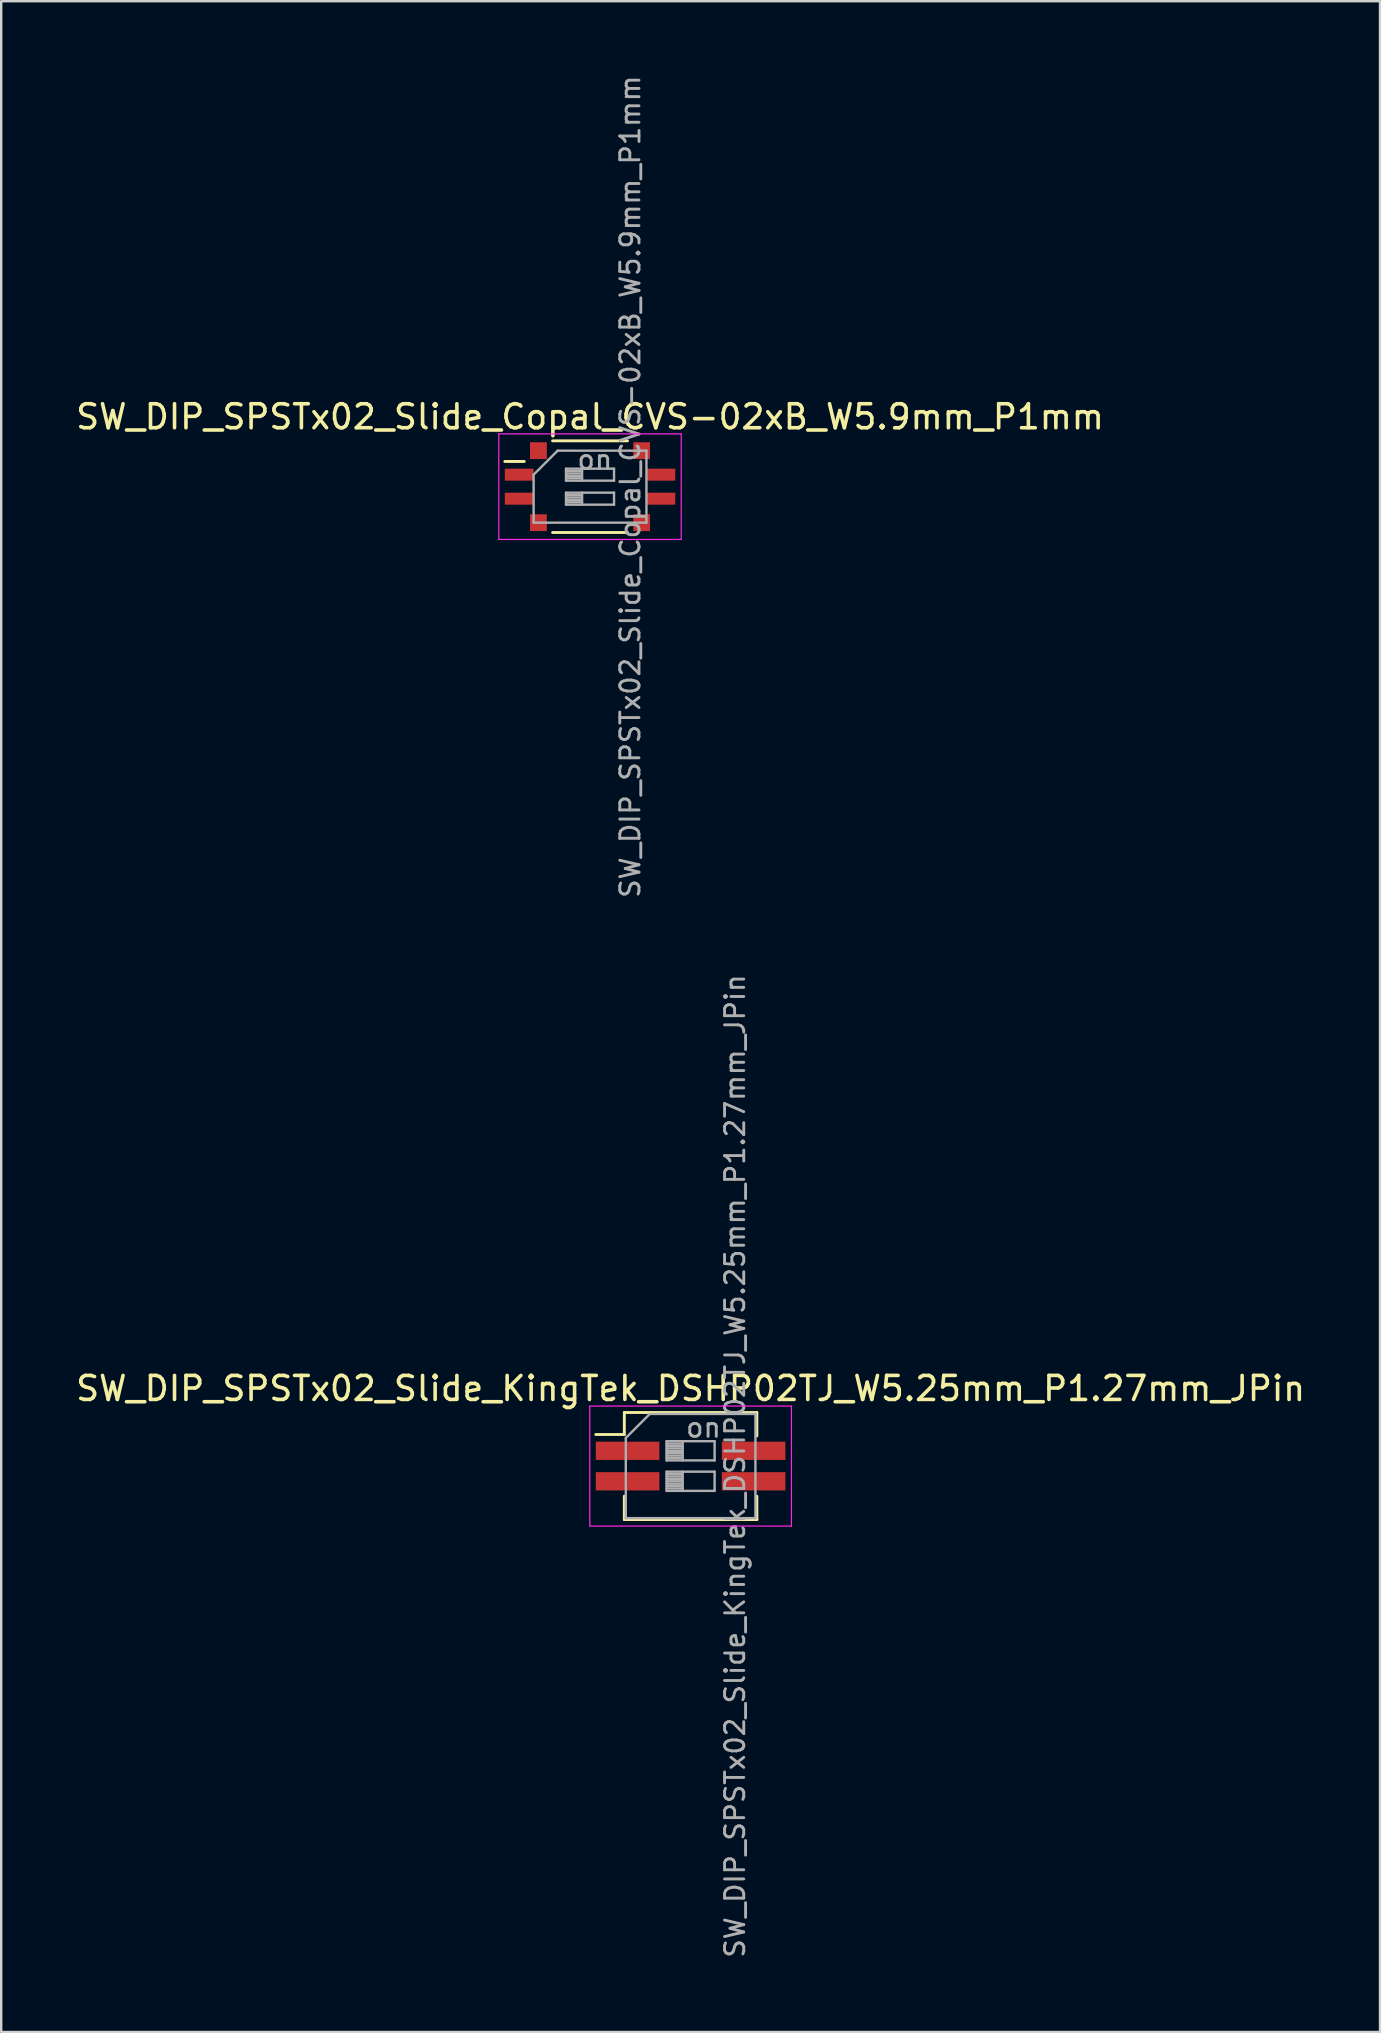
<source format=kicad_pcb>
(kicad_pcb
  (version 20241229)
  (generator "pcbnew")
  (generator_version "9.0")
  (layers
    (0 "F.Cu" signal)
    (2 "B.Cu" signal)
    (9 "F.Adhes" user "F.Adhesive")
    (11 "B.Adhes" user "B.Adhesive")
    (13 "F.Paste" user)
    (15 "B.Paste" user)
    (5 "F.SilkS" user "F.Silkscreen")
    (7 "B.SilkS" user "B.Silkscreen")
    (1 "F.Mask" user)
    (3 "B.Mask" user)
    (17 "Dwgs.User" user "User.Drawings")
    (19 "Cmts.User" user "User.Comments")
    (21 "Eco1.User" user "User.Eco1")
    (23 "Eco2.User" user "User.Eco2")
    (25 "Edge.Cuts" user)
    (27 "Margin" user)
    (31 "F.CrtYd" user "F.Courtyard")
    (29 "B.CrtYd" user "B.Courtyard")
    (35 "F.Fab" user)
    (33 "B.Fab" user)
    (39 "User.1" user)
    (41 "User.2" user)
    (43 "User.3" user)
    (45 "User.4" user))
  (footprint "SW_DIP_SPSTx02_Slide_KingTek_DSHP02TJ_W5.25mm_P1.27mm_JPin"
    (layer "F.Cu")
    (at 25.72 58.024)
    (property "Reference" "SW_DIP_SPSTx02_Slide_KingTek_DSHP02TJ_W5.25mm_P1.27mm_JPin" (at 0 -3.23 0) (layer "F.SilkS") (effects (font (size 1 1) (thickness 0.15))))
    (attr smd)
    (fp_line (start -3.951 -1.315) (end -2.761 -1.315) (stroke (width 0.12) (type solid)) (layer "F.SilkS"))
    (fp_line (start -2.761 -2.23) (end -2.761 -1.315) (stroke (width 0.12) (type solid)) (layer "F.SilkS"))
    (fp_line (start -2.761 -2.23) (end 2.76 -2.23) (stroke (width 0.12) (type solid)) (layer "F.SilkS"))
    (fp_line (start -2.761 1.255) (end -2.761 2.23) (stroke (width 0.12) (type solid)) (layer "F.SilkS"))
    (fp_line (start -2.761 2.23) (end 2.76 2.23) (stroke (width 0.12) (type solid)) (layer "F.SilkS"))
    (fp_line (start 2.76 -2.23) (end 2.76 -1.255) (stroke (width 0.12) (type solid)) (layer "F.SilkS"))
    (fp_line (start 2.76 1.255) (end 2.76 2.23) (stroke (width 0.12) (type solid)) (layer "F.SilkS"))
    (fp_line (start -4.2 -2.5) (end -4.2 2.5) (stroke (width 0.05) (type solid)) (layer "F.CrtYd"))
    (fp_line (start -4.2 2.5) (end 4.2 2.5) (stroke (width 0.05) (type solid)) (layer "F.CrtYd"))
    (fp_line (start 4.2 -2.5) (end -4.2 -2.5) (stroke (width 0.05) (type solid)) (layer "F.CrtYd"))
    (fp_line (start 4.2 2.5) (end 4.2 -2.5) (stroke (width 0.05) (type solid)) (layer "F.CrtYd"))
    (fp_line (start -2.7 -1.17) (end -1.7 -2.17) (stroke (width 0.1) (type solid)) (layer "F.Fab"))
    (fp_line (start -2.7 2.17) (end -2.7 -1.17) (stroke (width 0.1) (type solid)) (layer "F.Fab"))
    (fp_line (start -1.7 -2.17) (end 2.7 -2.17) (stroke (width 0.1) (type solid)) (layer "F.Fab"))
    (fp_line (start -1 -1.035) (end -1 -0.235) (stroke (width 0.1) (type solid)) (layer "F.Fab"))
    (fp_line (start -1 -0.935) (end -0.333 -0.935) (stroke (width 0.1) (type solid)) (layer "F.Fab"))
    (fp_line (start -1 -0.835) (end -0.333 -0.835) (stroke (width 0.1) (type solid)) (layer "F.Fab"))
    (fp_line (start -1 -0.735) (end -0.333 -0.735) (stroke (width 0.1) (type solid)) (layer "F.Fab"))
    (fp_line (start -1 -0.635) (end -0.333 -0.635) (stroke (width 0.1) (type solid)) (layer "F.Fab"))
    (fp_line (start -1 -0.535) (end -0.333 -0.535) (stroke (width 0.1) (type solid)) (layer "F.Fab"))
    (fp_line (start -1 -0.435) (end -0.333 -0.435) (stroke (width 0.1) (type solid)) (layer "F.Fab"))
    (fp_line (start -1 -0.335) (end -0.333 -0.335) (stroke (width 0.1) (type solid)) (layer "F.Fab"))
    (fp_line (start -1 -0.235) (end 1 -0.235) (stroke (width 0.1) (type solid)) (layer "F.Fab"))
    (fp_line (start -1 0.235) (end -1 1.035) (stroke (width 0.1) (type solid)) (layer "F.Fab"))
    (fp_line (start -1 0.335) (end -0.333 0.335) (stroke (width 0.1) (type solid)) (layer "F.Fab"))
    (fp_line (start -1 0.435) (end -0.333 0.435) (stroke (width 0.1) (type solid)) (layer "F.Fab"))
    (fp_line (start -1 0.535) (end -0.333 0.535) (stroke (width 0.1) (type solid)) (layer "F.Fab"))
    (fp_line (start -1 0.635) (end -0.333 0.635) (stroke (width 0.1) (type solid)) (layer "F.Fab"))
    (fp_line (start -1 0.735) (end -0.333 0.735) (stroke (width 0.1) (type solid)) (layer "F.Fab"))
    (fp_line (start -1 0.835) (end -0.333 0.835) (stroke (width 0.1) (type solid)) (layer "F.Fab"))
    (fp_line (start -1 0.935) (end -0.333 0.935) (stroke (width 0.1) (type solid)) (layer "F.Fab"))
    (fp_line (start -1 1.035) (end 1 1.035) (stroke (width 0.1) (type solid)) (layer "F.Fab"))
    (fp_line (start -0.333 -1.035) (end -0.333 -0.235) (stroke (width 0.1) (type solid)) (layer "F.Fab"))
    (fp_line (start -0.333 0.235) (end -0.333 1.035) (stroke (width 0.1) (type solid)) (layer "F.Fab"))
    (fp_line (start 1 -1.035) (end -1 -1.035) (stroke (width 0.1) (type solid)) (layer "F.Fab"))
    (fp_line (start 1 -0.235) (end 1 -1.035) (stroke (width 0.1) (type solid)) (layer "F.Fab"))
    (fp_line (start 1 0.235) (end -1 0.235) (stroke (width 0.1) (type solid)) (layer "F.Fab"))
    (fp_line (start 1 1.035) (end 1 0.235) (stroke (width 0.1) (type solid)) (layer "F.Fab"))
    (fp_line (start 2.7 -2.17) (end 2.7 2.17) (stroke (width 0.1) (type solid)) (layer "F.Fab"))
    (fp_line (start 2.7 2.17) (end -2.7 2.17) (stroke (width 0.1) (type solid)) (layer "F.Fab"))
    (fp_text user "on" (at 0.537 -1.603 0) (layer "F.Fab") (effects (font (size 0.8 0.8) (thickness 0.12))))
    (fp_text user "${REFERENCE}" (at 1.85 0 90) (layer "F.Fab") (effects (font (size 0.8 0.8) (thickness 0.12))))
    (pad "1" smd rect (at -2.625 -0.635) (size 2.65 0.76) (layers "F.Cu" "F.Mask" "F.Paste"))
    (pad "2" smd rect (at -2.625 0.635) (size 2.65 0.76) (layers "F.Cu" "F.Mask" "F.Paste"))
    (pad "3" smd rect (at 2.625 0.635) (size 2.65 0.76) (layers "F.Cu" "F.Mask" "F.Paste"))
    (pad "4" smd rect (at 2.625 -0.635) (size 2.65 0.76) (layers "F.Cu" "F.Mask" "F.Paste")))
  (footprint "SW_DIP_SPSTx02_Slide_Copal_CVS-02xB_W5.9mm_P1mm"
    (layer "F.Cu")
    (at 21.53 17.224)
    (property "Reference" "SW_DIP_SPSTx02_Slide_Copal_CVS-02xB_W5.9mm_P1mm" (at 0 -2.91 0) (layer "F.SilkS") (effects (font (size 1 1) (thickness 0.15))))
    (attr smd)
    (fp_line (start -3.55 -1.05) (end -2.739 -1.05) (stroke (width 0.12) (type solid)) (layer "F.SilkS"))
    (fp_line (start -1.56 -1.91) (end 1.561 -1.91) (stroke (width 0.12) (type solid)) (layer "F.SilkS"))
    (fp_line (start -1.56 1.91) (end 1.561 1.91) (stroke (width 0.12) (type solid)) (layer "F.SilkS"))
    (fp_line (start -3.8 -2.2) (end -3.8 2.2) (stroke (width 0.05) (type solid)) (layer "F.CrtYd"))
    (fp_line (start -3.8 2.2) (end 3.8 2.2) (stroke (width 0.05) (type solid)) (layer "F.CrtYd"))
    (fp_line (start 3.8 -2.2) (end -3.8 -2.2) (stroke (width 0.05) (type solid)) (layer "F.CrtYd"))
    (fp_line (start 3.8 2.2) (end 3.8 -2.2) (stroke (width 0.05) (type solid)) (layer "F.CrtYd"))
    (fp_line (start -2.35 -0.5) (end -1.35 -1.5) (stroke (width 0.1) (type solid)) (layer "F.Fab"))
    (fp_line (start -2.35 1.5) (end -2.35 -0.5) (stroke (width 0.1) (type solid)) (layer "F.Fab"))
    (fp_line (start -1.35 -1.5) (end 2.35 -1.5) (stroke (width 0.1) (type solid)) (layer "F.Fab"))
    (fp_line (start -1 -0.75) (end -1 -0.25) (stroke (width 0.1) (type solid)) (layer "F.Fab"))
    (fp_line (start -1 -0.65) (end -0.333 -0.65) (stroke (width 0.1) (type solid)) (layer "F.Fab"))
    (fp_line (start -1 -0.55) (end -0.333 -0.55) (stroke (width 0.1) (type solid)) (layer "F.Fab"))
    (fp_line (start -1 -0.45) (end -0.333 -0.45) (stroke (width 0.1) (type solid)) (layer "F.Fab"))
    (fp_line (start -1 -0.35) (end -0.333 -0.35) (stroke (width 0.1) (type solid)) (layer "F.Fab"))
    (fp_line (start -1 -0.25) (end 1 -0.25) (stroke (width 0.1) (type solid)) (layer "F.Fab"))
    (fp_line (start -1 0.25) (end -1 0.75) (stroke (width 0.1) (type solid)) (layer "F.Fab"))
    (fp_line (start -1 0.35) (end -0.333 0.35) (stroke (width 0.1) (type solid)) (layer "F.Fab"))
    (fp_line (start -1 0.45) (end -0.333 0.45) (stroke (width 0.1) (type solid)) (layer "F.Fab"))
    (fp_line (start -1 0.55) (end -0.333 0.55) (stroke (width 0.1) (type solid)) (layer "F.Fab"))
    (fp_line (start -1 0.65) (end -0.333 0.65) (stroke (width 0.1) (type solid)) (layer "F.Fab"))
    (fp_line (start -1 0.75) (end 1 0.75) (stroke (width 0.1) (type solid)) (layer "F.Fab"))
    (fp_line (start -0.333 -0.75) (end -0.333 -0.25) (stroke (width 0.1) (type solid)) (layer "F.Fab"))
    (fp_line (start -0.333 0.25) (end -0.333 0.75) (stroke (width 0.1) (type solid)) (layer "F.Fab"))
    (fp_line (start 1 -0.75) (end -1 -0.75) (stroke (width 0.1) (type solid)) (layer "F.Fab"))
    (fp_line (start 1 -0.25) (end 1 -0.75) (stroke (width 0.1) (type solid)) (layer "F.Fab"))
    (fp_line (start 1 0.25) (end -1 0.25) (stroke (width 0.1) (type solid)) (layer "F.Fab"))
    (fp_line (start 1 0.75) (end 1 0.25) (stroke (width 0.1) (type solid)) (layer "F.Fab"))
    (fp_line (start 2.35 -1.5) (end 2.35 1.5) (stroke (width 0.1) (type solid)) (layer "F.Fab"))
    (fp_line (start 2.35 1.5) (end -2.35 1.5) (stroke (width 0.1) (type solid)) (layer "F.Fab"))
    (fp_text user "${REFERENCE}" (at 1.675 0 90) (layer "F.Fab") (effects (font (size 0.8 0.8) (thickness 0.12))))
    (fp_text user "on" (at 0.2 -1.125 0) (layer "F.Fab") (effects (font (size 0.8 0.8) (thickness 0.12))))
    (pad "1" smd rect (at -2.95 -0.5) (size 1.2 0.5) (layers "F.Cu" "F.Mask" "F.Paste"))
    (pad "2" smd rect (at -2.95 0.5) (size 1.2 0.5) (layers "F.Cu" "F.Mask" "F.Paste"))
    (pad "3" smd rect (at 2.95 0.5) (size 1.2 0.5) (layers "F.Cu" "F.Mask" "F.Paste"))
    (pad "4" smd rect (at 2.95 -0.5) (size 1.2 0.5) (layers "F.Cu" "F.Mask" "F.Paste"))
    (pad "5" smd rect (at -2.15 -1.5) (size 0.7 0.7) (layers "F.Cu" "F.Mask" "F.Paste"))
    (pad "5" smd rect (at -2.15 1.5) (size 0.7 0.7) (layers "F.Cu" "F.Mask" "F.Paste"))
    (pad "5" smd rect (at 2.15 -1.5) (size 0.7 0.7) (layers "F.Cu" "F.Mask" "F.Paste"))
    (pad "5" smd rect (at 2.15 1.5) (size 0.7 0.7) (layers "F.Cu" "F.Mask" "F.Paste")))
  (gr_rect
    (start -3 -3)
    (end 54.44 81.6)
    (stroke (width 0.1) (type default))
    (fill no)
    (layer "Edge.Cuts")))
</source>
